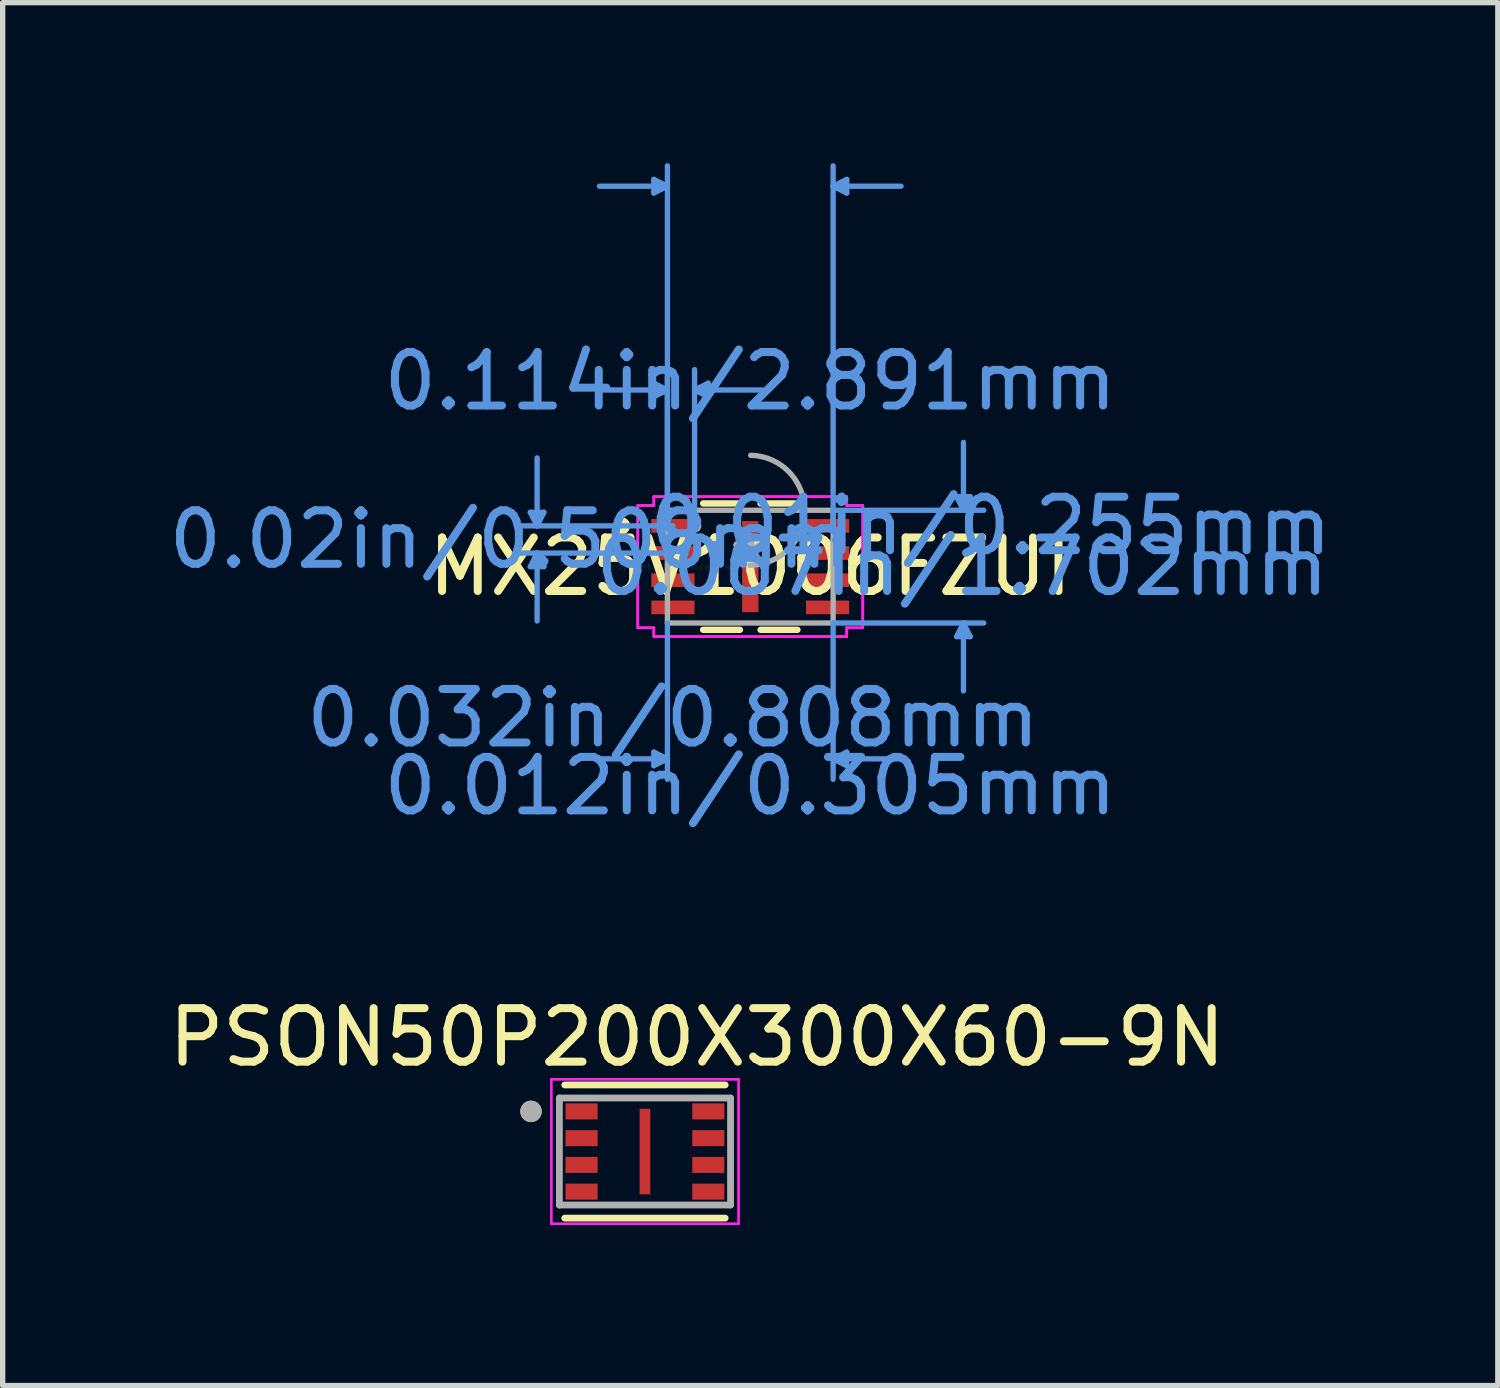
<source format=kicad_pcb>
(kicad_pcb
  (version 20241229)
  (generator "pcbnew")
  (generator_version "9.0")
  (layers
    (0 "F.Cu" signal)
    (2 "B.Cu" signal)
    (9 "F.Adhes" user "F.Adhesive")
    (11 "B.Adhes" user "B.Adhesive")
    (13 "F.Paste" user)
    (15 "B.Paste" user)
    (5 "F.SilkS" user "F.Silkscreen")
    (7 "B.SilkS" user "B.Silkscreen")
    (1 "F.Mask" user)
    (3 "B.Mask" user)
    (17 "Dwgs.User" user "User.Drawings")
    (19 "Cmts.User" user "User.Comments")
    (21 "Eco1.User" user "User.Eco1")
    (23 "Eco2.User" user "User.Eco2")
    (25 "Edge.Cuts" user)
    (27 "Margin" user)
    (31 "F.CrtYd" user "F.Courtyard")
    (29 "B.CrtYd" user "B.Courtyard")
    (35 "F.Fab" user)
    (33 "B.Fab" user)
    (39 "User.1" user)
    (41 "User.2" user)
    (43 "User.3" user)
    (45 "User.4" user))
  (footprint "MX25V1006FZUI"
    (layer "F.Cu")
    (at 10.976 7.543)
    (property "Reference" "MX25V1006FZUI" (at 0 0 0) (layer "F.SilkS") (effects (font (size 1 1) (thickness 0.15))))
    (attr through_hole)
    (fp_line (start -0.881 1.181) (end -0.193 1.181) (stroke (width 0.12) (type solid)) (layer "F.SilkS"))
    (fp_line (start -0.193 -1.181) (end -0.881 -1.181) (stroke (width 0.12) (type solid)) (layer "F.SilkS"))
    (fp_line (start 0.193 1.181) (end 0.881 1.181) (stroke (width 0.12) (type solid)) (layer "F.SilkS"))
    (fp_line (start 0.881 -1.181) (end 0.193 -1.181) (stroke (width 0.12) (type solid)) (layer "F.SilkS"))
    (fp_circle (center -2.408 -0.762) (end -2.307 -0.762) (stroke (width 0.12) (type solid)) (fill no) (layer "F.SilkS"))
    (fp_line (start -4.112 -1.016) (end -3.858 -1.016) (stroke (width 0.1) (type solid)) (layer "Cmts.User"))
    (fp_line (start -4.112 0) (end -3.858 0) (stroke (width 0.1) (type solid)) (layer "Cmts.User"))
    (fp_line (start -3.985 -0.762) (end -4.112 -1.016) (stroke (width 0.1) (type solid)) (layer "Cmts.User"))
    (fp_line (start -3.985 -0.762) (end -3.985 -2.032) (stroke (width 0.1) (type solid)) (layer "Cmts.User"))
    (fp_line (start -3.985 -0.762) (end -3.858 -1.016) (stroke (width 0.1) (type solid)) (layer "Cmts.User"))
    (fp_line (start -3.985 -0.254) (end -4.112 0) (stroke (width 0.1) (type solid)) (layer "Cmts.User"))
    (fp_line (start -3.985 -0.254) (end -3.985 1.016) (stroke (width 0.1) (type solid)) (layer "Cmts.User"))
    (fp_line (start -3.985 -0.254) (end -3.858 0) (stroke (width 0.1) (type solid)) (layer "Cmts.User"))
    (fp_line (start -1.803 -7.239) (end -1.803 -6.985) (stroke (width 0.1) (type solid)) (layer "Cmts.User"))
    (fp_line (start -1.803 -3.429) (end -1.803 -3.175) (stroke (width 0.1) (type solid)) (layer "Cmts.User"))
    (fp_line (start -1.803 3.467) (end -1.803 3.721) (stroke (width 0.1) (type solid)) (layer "Cmts.User"))
    (fp_line (start -1.549 -7.112) (end -2.819 -7.112) (stroke (width 0.1) (type solid)) (layer "Cmts.User"))
    (fp_line (start -1.549 -7.112) (end -1.803 -7.239) (stroke (width 0.1) (type solid)) (layer "Cmts.User"))
    (fp_line (start -1.549 -7.112) (end -1.803 -6.985) (stroke (width 0.1) (type solid)) (layer "Cmts.User"))
    (fp_line (start -1.549 -3.302) (end -2.819 -3.302) (stroke (width 0.1) (type solid)) (layer "Cmts.User"))
    (fp_line (start -1.549 -3.302) (end -1.803 -3.429) (stroke (width 0.1) (type solid)) (layer "Cmts.User"))
    (fp_line (start -1.549 -3.302) (end -1.803 -3.175) (stroke (width 0.1) (type solid)) (layer "Cmts.User"))
    (fp_line (start -1.549 -0.762) (end -1.549 -7.493) (stroke (width 0.1) (type solid)) (layer "Cmts.User"))
    (fp_line (start -1.549 -0.762) (end -1.549 -3.683) (stroke (width 0.1) (type solid)) (layer "Cmts.User"))
    (fp_line (start -1.549 1.054) (end -1.549 3.975) (stroke (width 0.1) (type solid)) (layer "Cmts.User"))
    (fp_line (start -1.549 3.594) (end -2.819 3.594) (stroke (width 0.1) (type solid)) (layer "Cmts.User"))
    (fp_line (start -1.549 3.594) (end -1.803 3.467) (stroke (width 0.1) (type solid)) (layer "Cmts.User"))
    (fp_line (start -1.549 3.594) (end -1.803 3.721) (stroke (width 0.1) (type solid)) (layer "Cmts.User"))
    (fp_line (start -1.445 -0.762) (end -4.366 -0.762) (stroke (width 0.1) (type solid)) (layer "Cmts.User"))
    (fp_line (start -1.445 -0.254) (end -4.366 -0.254) (stroke (width 0.1) (type solid)) (layer "Cmts.User"))
    (fp_line (start -1.041 -3.302) (end -0.787 -3.429) (stroke (width 0.1) (type solid)) (layer "Cmts.User"))
    (fp_line (start -1.041 -3.302) (end -0.787 -3.175) (stroke (width 0.1) (type solid)) (layer "Cmts.User"))
    (fp_line (start -1.041 -3.302) (end 0.229 -3.302) (stroke (width 0.1) (type solid)) (layer "Cmts.User"))
    (fp_line (start -1.041 -0.762) (end -1.041 -3.683) (stroke (width 0.1) (type solid)) (layer "Cmts.User"))
    (fp_line (start -0.787 -3.429) (end -0.787 -3.175) (stroke (width 0.1) (type solid)) (layer "Cmts.User"))
    (fp_line (start 1.549 -7.112) (end 1.803 -7.239) (stroke (width 0.1) (type solid)) (layer "Cmts.User"))
    (fp_line (start 1.549 -7.112) (end 1.803 -6.985) (stroke (width 0.1) (type solid)) (layer "Cmts.User"))
    (fp_line (start 1.549 -7.112) (end 2.819 -7.112) (stroke (width 0.1) (type solid)) (layer "Cmts.User"))
    (fp_line (start 1.549 -1.054) (end 4.366 -1.054) (stroke (width 0.1) (type solid)) (layer "Cmts.User"))
    (fp_line (start 1.549 -0.762) (end 1.549 -7.493) (stroke (width 0.1) (type solid)) (layer "Cmts.User"))
    (fp_line (start 1.549 1.054) (end 1.549 3.975) (stroke (width 0.1) (type solid)) (layer "Cmts.User"))
    (fp_line (start 1.549 1.054) (end 4.366 1.054) (stroke (width 0.1) (type solid)) (layer "Cmts.User"))
    (fp_line (start 1.549 3.594) (end 1.803 3.467) (stroke (width 0.1) (type solid)) (layer "Cmts.User"))
    (fp_line (start 1.549 3.594) (end 1.803 3.721) (stroke (width 0.1) (type solid)) (layer "Cmts.User"))
    (fp_line (start 1.549 3.594) (end 2.819 3.594) (stroke (width 0.1) (type solid)) (layer "Cmts.User"))
    (fp_line (start 1.803 -7.239) (end 1.803 -6.985) (stroke (width 0.1) (type solid)) (layer "Cmts.User"))
    (fp_line (start 1.803 3.467) (end 1.803 3.721) (stroke (width 0.1) (type solid)) (layer "Cmts.User"))
    (fp_line (start 3.858 -1.308) (end 4.112 -1.308) (stroke (width 0.1) (type solid)) (layer "Cmts.User"))
    (fp_line (start 3.858 1.308) (end 4.112 1.308) (stroke (width 0.1) (type solid)) (layer "Cmts.User"))
    (fp_line (start 3.985 -1.054) (end 3.858 -1.308) (stroke (width 0.1) (type solid)) (layer "Cmts.User"))
    (fp_line (start 3.985 -1.054) (end 3.985 -2.324) (stroke (width 0.1) (type solid)) (layer "Cmts.User"))
    (fp_line (start 3.985 -1.054) (end 4.112 -1.308) (stroke (width 0.1) (type solid)) (layer "Cmts.User"))
    (fp_line (start 3.985 1.054) (end 3.858 1.308) (stroke (width 0.1) (type solid)) (layer "Cmts.User"))
    (fp_line (start 3.985 1.054) (end 3.985 2.324) (stroke (width 0.1) (type solid)) (layer "Cmts.User"))
    (fp_line (start 3.985 1.054) (end 4.112 1.308) (stroke (width 0.1) (type solid)) (layer "Cmts.User"))
    (fp_line (start -2.103 -1.143) (end -1.803 -1.143) (stroke (width 0.05) (type solid)) (layer "F.CrtYd"))
    (fp_line (start -2.103 -1.143) (end -1.803 -1.143) (stroke (width 0.05) (type solid)) (layer "F.CrtYd"))
    (fp_line (start -2.103 1.143) (end -2.103 -1.143) (stroke (width 0.05) (type solid)) (layer "F.CrtYd"))
    (fp_line (start -2.103 1.143) (end -2.103 -1.143) (stroke (width 0.05) (type solid)) (layer "F.CrtYd"))
    (fp_line (start -2.103 1.143) (end -1.803 1.143) (stroke (width 0.05) (type solid)) (layer "F.CrtYd"))
    (fp_line (start -1.803 -1.308) (end 1.803 -1.308) (stroke (width 0.05) (type solid)) (layer "F.CrtYd"))
    (fp_line (start -1.803 -1.308) (end 1.803 -1.308) (stroke (width 0.05) (type solid)) (layer "F.CrtYd"))
    (fp_line (start -1.803 -1.143) (end -1.803 -1.308) (stroke (width 0.05) (type solid)) (layer "F.CrtYd"))
    (fp_line (start -1.803 -1.143) (end -1.803 -1.308) (stroke (width 0.05) (type solid)) (layer "F.CrtYd"))
    (fp_line (start -1.803 1.143) (end -2.103 1.143) (stroke (width 0.05) (type solid)) (layer "F.CrtYd"))
    (fp_line (start -1.803 1.308) (end -1.803 1.143) (stroke (width 0.05) (type solid)) (layer "F.CrtYd"))
    (fp_line (start -1.803 1.308) (end -1.803 1.143) (stroke (width 0.05) (type solid)) (layer "F.CrtYd"))
    (fp_line (start 1.803 -1.308) (end 1.803 -1.143) (stroke (width 0.05) (type solid)) (layer "F.CrtYd"))
    (fp_line (start 1.803 -1.308) (end 1.803 -1.143) (stroke (width 0.05) (type solid)) (layer "F.CrtYd"))
    (fp_line (start 1.803 -1.143) (end 2.103 -1.143) (stroke (width 0.05) (type solid)) (layer "F.CrtYd"))
    (fp_line (start 1.803 1.143) (end 1.803 1.308) (stroke (width 0.05) (type solid)) (layer "F.CrtYd"))
    (fp_line (start 1.803 1.143) (end 1.803 1.308) (stroke (width 0.05) (type solid)) (layer "F.CrtYd"))
    (fp_line (start 1.803 1.308) (end -1.803 1.308) (stroke (width 0.05) (type solid)) (layer "F.CrtYd"))
    (fp_line (start 1.803 1.308) (end -1.803 1.308) (stroke (width 0.05) (type solid)) (layer "F.CrtYd"))
    (fp_line (start 2.103 -1.143) (end 1.803 -1.143) (stroke (width 0.05) (type solid)) (layer "F.CrtYd"))
    (fp_line (start 2.103 -1.143) (end 2.103 1.143) (stroke (width 0.05) (type solid)) (layer "F.CrtYd"))
    (fp_line (start 2.103 -1.143) (end 2.103 1.143) (stroke (width 0.05) (type solid)) (layer "F.CrtYd"))
    (fp_line (start 2.103 1.143) (end 1.803 1.143) (stroke (width 0.05) (type solid)) (layer "F.CrtYd"))
    (fp_line (start 2.103 1.143) (end 1.803 1.143) (stroke (width 0.05) (type solid)) (layer "F.CrtYd"))
    (fp_line (start -1.549 -1.054) (end -1.549 1.054) (stroke (width 0.1) (type solid)) (layer "F.Fab"))
    (fp_line (start -1.549 1.054) (end 1.549 1.054) (stroke (width 0.1) (type solid)) (layer "F.Fab"))
    (fp_line (start 1.549 -1.054) (end -1.549 -1.054) (stroke (width 0.1) (type solid)) (layer "F.Fab"))
    (fp_line (start 1.549 1.054) (end 1.549 -1.054) (stroke (width 0.1) (type solid)) (layer "F.Fab"))
    (fp_arc (start 0.007742 -2.081426) (mid 1.027326 -1.046358) (end -0.007742 -0.026774) (stroke (width 0.1) (type solid)) (layer "F.Fab"))
    (fp_circle (center -1.041 -0.762) (end -0.965 -0.762) (stroke (width 0.1) (type solid)) (fill no) (layer "F.Fab"))
    (fp_text user "*" (at 0 0 0) (layer "F.SilkS") (effects (font (size 1 1) (thickness 0.15))))
    (fp_text user "Copyright 2021 Accelerated Designs. All rights reserved." (at 0 0 0) (layer "Cmts.User") (effects (font (size 0.127 0.127) (thickness 0.002))))
    (fp_text user "0.114in/2.891mm" (at 0 -3.467 0) (layer "Cmts.User") (effects (font (size 1 1) (thickness 0.15))))
    (fp_text user "0.02in/0.508mm" (at -4.493 -0.508 0) (layer "Cmts.User") (effects (font (size 1 1) (thickness 0.15))))
    (fp_text user "0.032in/0.808mm" (at -1.445 2.832 0) (layer "Cmts.User") (effects (font (size 1 1) (thickness 0.15))))
    (fp_text user "0.01in/0.255mm" (at 4.493 -0.762 0) (layer "Cmts.User") (effects (font (size 1 1) (thickness 0.15))))
    (fp_text user "0.012in/0.305mm" (at 0 4.102 0) (layer "Cmts.User") (effects (font (size 1 1) (thickness 0.15))))
    (fp_text user "0.067in/1.702mm" (at 3.962 0 0) (layer "Cmts.User") (effects (font (size 1 1) (thickness 0.15))))
    (fp_text user "*" (at 0 0 0) (layer "F.Fab") (effects (font (size 1 1) (thickness 0.15))))
    (pad "1" smd rect (at -1.445 -0.762) (size 0.808 0.255) (layers "F.Cu" "F.Mask" "F.Paste"))
    (pad "2" smd rect (at -1.445 -0.254) (size 0.808 0.255) (layers "F.Cu" "F.Mask" "F.Paste"))
    (pad "3" smd rect (at -1.445 0.254) (size 0.808 0.255) (layers "F.Cu" "F.Mask" "F.Paste"))
    (pad "4" smd rect (at -1.445 0.762) (size 0.808 0.255) (layers "F.Cu" "F.Mask" "F.Paste"))
    (pad "5" smd rect (at 1.445 0.762) (size 0.808 0.255) (layers "F.Cu" "F.Mask" "F.Paste"))
    (pad "6" smd rect (at 1.445 0.254) (size 0.808 0.255) (layers "F.Cu" "F.Mask" "F.Paste"))
    (pad "7" smd rect (at 1.445 -0.254) (size 0.808 0.255) (layers "F.Cu" "F.Mask" "F.Paste"))
    (pad "8" smd rect (at 1.445 -0.762) (size 0.808 0.255) (layers "F.Cu" "F.Mask" "F.Paste"))
    (pad "9" smd rect (at 0 0) (size 0.305 1.702) (layers "F.Cu" "F.Mask" "F.Paste")))
  (footprint "PSON50P200X300X60-9N"
    (layer "F.Cu")
    (at 9.007 18.477)
    (property "Reference" "PSON50P200X300X60-9N" (at 0.975 -2.135 0) (layer "F.SilkS") (effects (font (size 1 1) (thickness 0.15))))
    (attr smd)
    (fp_line (start -1.5 -1.245) (end 1.5 -1.245) (stroke (width 0.127) (type solid)) (layer "F.SilkS"))
    (fp_line (start -1.5 1.245) (end 1.5 1.245) (stroke (width 0.127) (type solid)) (layer "F.SilkS"))
    (fp_circle (center -2.13 -0.75) (end -2.03 -0.75) (stroke (width 0.2) (type solid)) (fill no) (layer "F.SilkS"))
    (fp_poly (pts (xy -0.06 -0.51) (xy 0.06 -0.51) (xy 0.06 0.51) (xy -0.06 0.51)) (stroke (width 0.01) (type solid)) (fill yes) (layer "F.Paste"))
    (fp_line (start -1.75 -1.35) (end -1.75 1.35) (stroke (width 0.05) (type solid)) (layer "F.CrtYd"))
    (fp_line (start -1.75 -1.35) (end 1.75 -1.35) (stroke (width 0.05) (type solid)) (layer "F.CrtYd"))
    (fp_line (start -1.75 1.35) (end 1.75 1.35) (stroke (width 0.05) (type solid)) (layer "F.CrtYd"))
    (fp_line (start 1.75 -1.35) (end 1.75 1.35) (stroke (width 0.05) (type solid)) (layer "F.CrtYd"))
    (fp_line (start -1.6 -1) (end -1.6 1) (stroke (width 0.127) (type solid)) (layer "F.Fab"))
    (fp_line (start -1.6 -1) (end 1.6 -1) (stroke (width 0.127) (type solid)) (layer "F.Fab"))
    (fp_line (start -1.6 1) (end 1.6 1) (stroke (width 0.127) (type solid)) (layer "F.Fab"))
    (fp_line (start 1.6 -1) (end 1.6 1) (stroke (width 0.127) (type solid)) (layer "F.Fab"))
    (fp_circle (center -2.13 -0.75) (end -2.03 -0.75) (stroke (width 0.2) (type solid)) (fill no) (layer "F.Fab"))
    (pad "1" smd rect (at -1.185 -0.75) (size 0.6 0.3) (layers "F.Cu" "F.Mask" "F.Paste"))
    (pad "2" smd rect (at -1.185 -0.25) (size 0.6 0.3) (layers "F.Cu" "F.Mask" "F.Paste"))
    (pad "3" smd rect (at -1.185 0.25) (size 0.6 0.3) (layers "F.Cu" "F.Mask" "F.Paste"))
    (pad "4" smd rect (at -1.185 0.75) (size 0.6 0.3) (layers "F.Cu" "F.Mask" "F.Paste"))
    (pad "5" smd rect (at 1.185 0.75) (size 0.6 0.3) (layers "F.Cu" "F.Mask" "F.Paste"))
    (pad "6" smd rect (at 1.185 0.25) (size 0.6 0.3) (layers "F.Cu" "F.Mask" "F.Paste"))
    (pad "7" smd rect (at 1.185 -0.25) (size 0.6 0.3) (layers "F.Cu" "F.Mask" "F.Paste"))
    (pad "8" smd rect (at 1.185 -0.75) (size 0.6 0.3) (layers "F.Cu" "F.Mask" "F.Paste"))
    (pad "9" smd rect (at 0 0) (size 0.2 1.6) (layers "F.Cu" "F.Mask")))
  (gr_rect
    (start -3 -3)
    (end 24.951 22.852)
    (stroke (width 0.1) (type default))
    (fill no)
    (layer "Edge.Cuts")))
</source>
